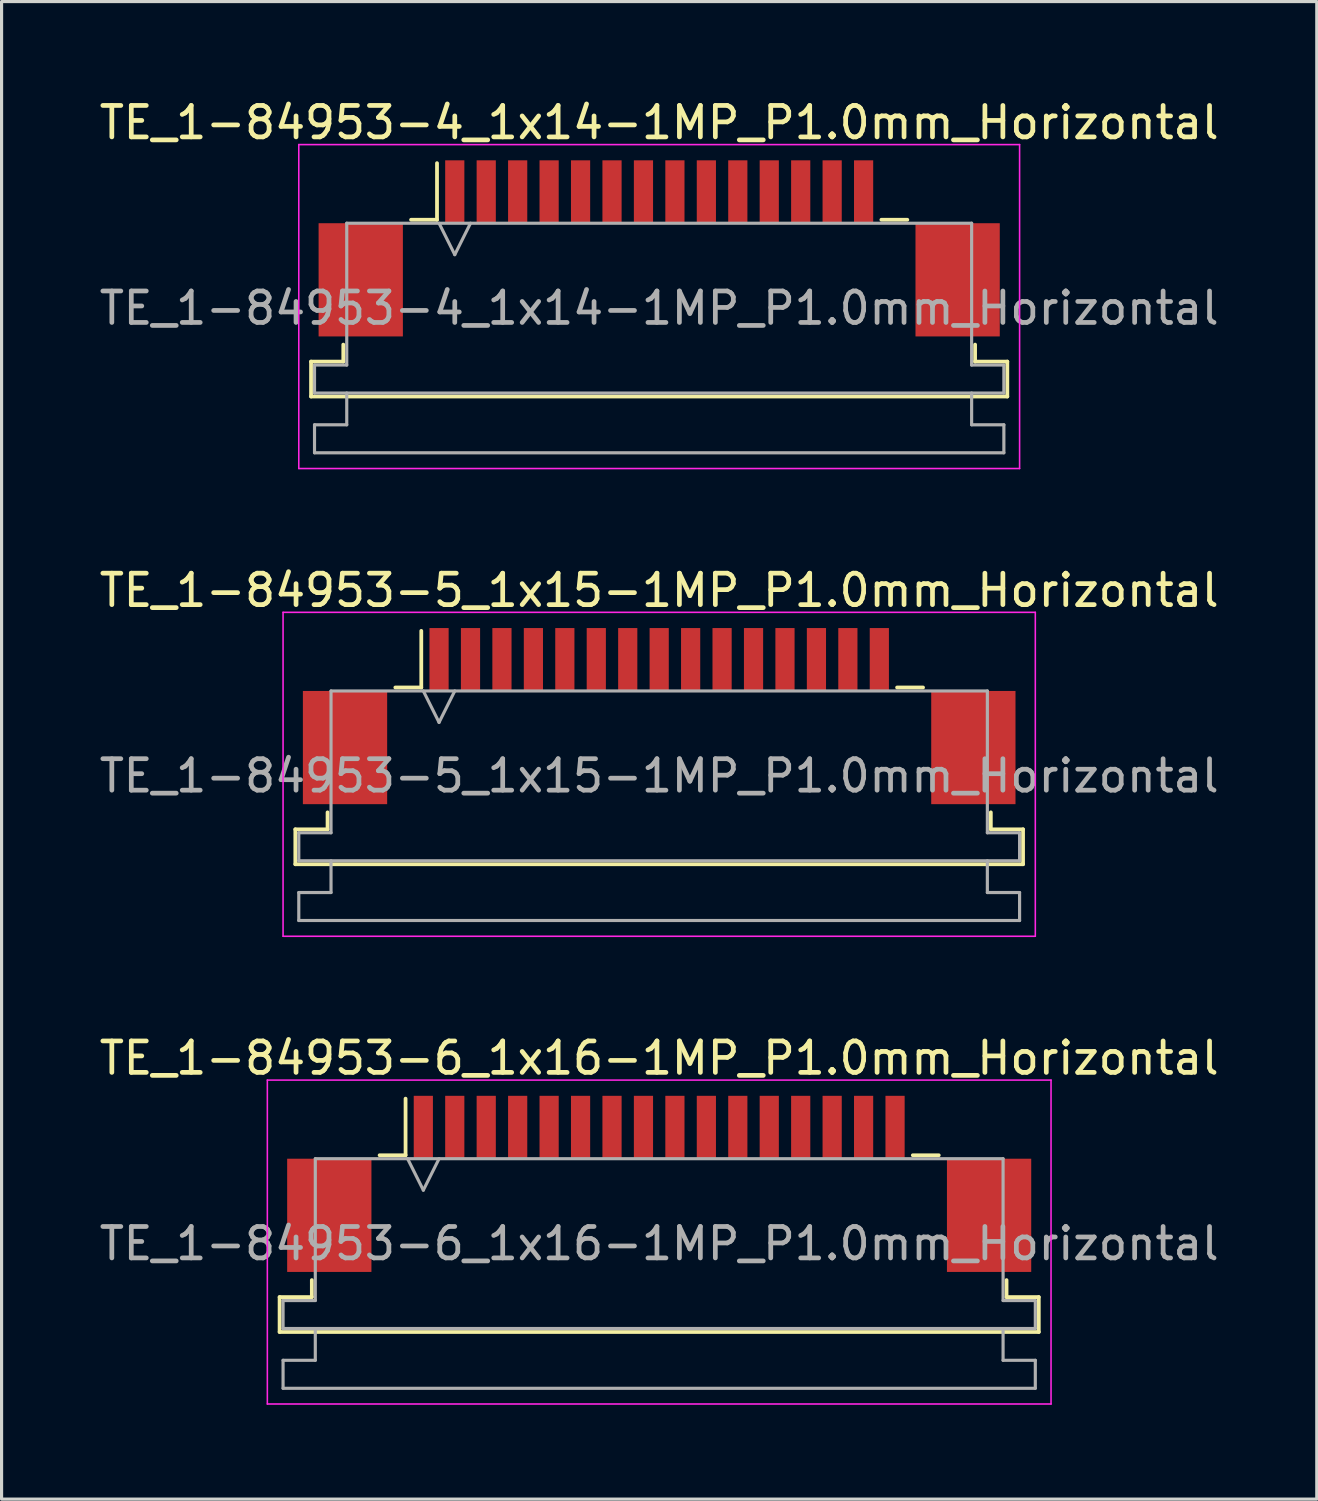
<source format=kicad_pcb>
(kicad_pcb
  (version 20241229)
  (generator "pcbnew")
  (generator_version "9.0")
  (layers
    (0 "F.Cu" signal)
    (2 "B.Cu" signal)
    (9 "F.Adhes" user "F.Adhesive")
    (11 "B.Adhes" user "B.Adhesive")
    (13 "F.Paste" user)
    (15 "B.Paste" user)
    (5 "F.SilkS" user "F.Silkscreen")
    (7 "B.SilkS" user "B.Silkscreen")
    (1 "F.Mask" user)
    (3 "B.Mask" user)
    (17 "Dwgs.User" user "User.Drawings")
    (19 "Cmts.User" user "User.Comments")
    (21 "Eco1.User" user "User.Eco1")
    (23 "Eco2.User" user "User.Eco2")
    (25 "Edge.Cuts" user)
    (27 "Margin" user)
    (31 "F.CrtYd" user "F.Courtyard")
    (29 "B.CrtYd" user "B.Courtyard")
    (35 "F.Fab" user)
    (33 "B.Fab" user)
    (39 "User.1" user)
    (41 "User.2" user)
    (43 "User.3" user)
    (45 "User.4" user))
  (footprint "TE_1-84953-5_1x15-1MP_P1.0mm_Horizontal"
    (layer "F.Cu")
    (at 17.911 19.721)
    (property "Reference" "TE_1-84953-5_1x15-1MP_P1.0mm_Horizontal" (at 0 -4 0) (layer "F.SilkS") (effects (font (size 1 1) (thickness 0.15))))
    (attr smd)
    (fp_line (start -11.57 3.6) (end -10.545 3.6) (stroke (width 0.12) (type solid)) (layer "F.SilkS"))
    (fp_line (start -11.57 4.71) (end -11.57 3.6) (stroke (width 0.12) (type solid)) (layer "F.SilkS"))
    (fp_line (start -10.545 3.6) (end -10.545 3.06) (stroke (width 0.12) (type solid)) (layer "F.SilkS"))
    (fp_line (start -8.39 -0.91) (end -7.565 -0.91) (stroke (width 0.12) (type solid)) (layer "F.SilkS"))
    (fp_line (start -7.565 -0.91) (end -7.565 -2.71) (stroke (width 0.12) (type solid)) (layer "F.SilkS"))
    (fp_line (start 7.565 -0.91) (end 8.39 -0.91) (stroke (width 0.12) (type solid)) (layer "F.SilkS"))
    (fp_line (start 10.545 3.06) (end 10.545 3.6) (stroke (width 0.12) (type solid)) (layer "F.SilkS"))
    (fp_line (start 10.545 3.6) (end 11.57 3.6) (stroke (width 0.12) (type solid)) (layer "F.SilkS"))
    (fp_line (start 11.57 3.6) (end 11.57 4.71) (stroke (width 0.12) (type solid)) (layer "F.SilkS"))
    (fp_line (start 11.57 4.71) (end -11.57 4.71) (stroke (width 0.12) (type solid)) (layer "F.SilkS"))
    (fp_line (start -11.96 -3.3) (end -11.96 7) (stroke (width 0.05) (type solid)) (layer "F.CrtYd"))
    (fp_line (start -11.96 7) (end 11.96 7) (stroke (width 0.05) (type solid)) (layer "F.CrtYd"))
    (fp_line (start 11.96 -3.3) (end -11.96 -3.3) (stroke (width 0.05) (type solid)) (layer "F.CrtYd"))
    (fp_line (start 11.96 7) (end 11.96 -3.3) (stroke (width 0.05) (type solid)) (layer "F.CrtYd"))
    (fp_line (start -11.46 3.71) (end -10.435 3.71) (stroke (width 0.1) (type solid)) (layer "F.Fab"))
    (fp_line (start -11.46 4.6) (end -11.46 3.71) (stroke (width 0.1) (type solid)) (layer "F.Fab"))
    (fp_line (start -11.46 5.61) (end -10.435 5.61) (stroke (width 0.1) (type solid)) (layer "F.Fab"))
    (fp_line (start -11.46 6.5) (end -11.46 5.61) (stroke (width 0.1) (type solid)) (layer "F.Fab"))
    (fp_line (start -10.435 -0.8) (end 10.435 -0.8) (stroke (width 0.1) (type solid)) (layer "F.Fab"))
    (fp_line (start -10.435 3.71) (end -10.435 -0.8) (stroke (width 0.1) (type solid)) (layer "F.Fab"))
    (fp_line (start -10.435 5.61) (end -10.435 4.6) (stroke (width 0.1) (type solid)) (layer "F.Fab"))
    (fp_line (start -7.5 -0.8) (end -7 0.2) (stroke (width 0.1) (type solid)) (layer "F.Fab"))
    (fp_line (start -7 0.2) (end -6.5 -0.8) (stroke (width 0.1) (type solid)) (layer "F.Fab"))
    (fp_line (start 10.435 -0.8) (end 10.435 3.71) (stroke (width 0.1) (type solid)) (layer "F.Fab"))
    (fp_line (start 10.435 3.71) (end 11.46 3.71) (stroke (width 0.1) (type solid)) (layer "F.Fab"))
    (fp_line (start 10.435 4.6) (end 10.435 5.61) (stroke (width 0.1) (type solid)) (layer "F.Fab"))
    (fp_line (start 10.435 5.61) (end 11.46 5.61) (stroke (width 0.1) (type solid)) (layer "F.Fab"))
    (fp_line (start 11.46 3.71) (end 11.46 4.6) (stroke (width 0.1) (type solid)) (layer "F.Fab"))
    (fp_line (start 11.46 4.6) (end -11.46 4.6) (stroke (width 0.1) (type solid)) (layer "F.Fab"))
    (fp_line (start 11.46 5.61) (end 11.46 6.5) (stroke (width 0.1) (type solid)) (layer "F.Fab"))
    (fp_line (start 11.46 6.5) (end -11.46 6.5) (stroke (width 0.1) (type solid)) (layer "F.Fab"))
    (fp_text user "${REFERENCE}" (at 0 1.9 0) (layer "F.Fab") (effects (font (size 1 1) (thickness 0.15))))
    (pad "1" smd rect (at -7 -1.8) (size 0.61 2) (layers "F.Cu" "F.Mask" "F.Paste"))
    (pad "2" smd rect (at -6 -1.8) (size 0.61 2) (layers "F.Cu" "F.Mask" "F.Paste"))
    (pad "3" smd rect (at -5 -1.8) (size 0.61 2) (layers "F.Cu" "F.Mask" "F.Paste"))
    (pad "4" smd rect (at -4 -1.8) (size 0.61 2) (layers "F.Cu" "F.Mask" "F.Paste"))
    (pad "5" smd rect (at -3 -1.8) (size 0.61 2) (layers "F.Cu" "F.Mask" "F.Paste"))
    (pad "6" smd rect (at -2 -1.8) (size 0.61 2) (layers "F.Cu" "F.Mask" "F.Paste"))
    (pad "7" smd rect (at -1 -1.8) (size 0.61 2) (layers "F.Cu" "F.Mask" "F.Paste"))
    (pad "8" smd rect (at 0 -1.8) (size 0.61 2) (layers "F.Cu" "F.Mask" "F.Paste"))
    (pad "9" smd rect (at 1 -1.8) (size 0.61 2) (layers "F.Cu" "F.Mask" "F.Paste"))
    (pad "10" smd rect (at 2 -1.8) (size 0.61 2) (layers "F.Cu" "F.Mask" "F.Paste"))
    (pad "11" smd rect (at 3 -1.8) (size 0.61 2) (layers "F.Cu" "F.Mask" "F.Paste"))
    (pad "12" smd rect (at 4 -1.8) (size 0.61 2) (layers "F.Cu" "F.Mask" "F.Paste"))
    (pad "13" smd rect (at 5 -1.8) (size 0.61 2) (layers "F.Cu" "F.Mask" "F.Paste"))
    (pad "14" smd rect (at 6 -1.8) (size 0.61 2) (layers "F.Cu" "F.Mask" "F.Paste"))
    (pad "15" smd rect (at 7 -1.8) (size 0.61 2) (layers "F.Cu" "F.Mask" "F.Paste"))
    (pad "MP" smd rect (at -9.99 1) (size 2.68 3.6) (layers "F.Cu" "F.Mask" "F.Paste"))
    (pad "MP" smd rect (at 9.99 1) (size 2.68 3.6) (layers "F.Cu" "F.Mask" "F.Paste")))
  (footprint "TE_1-84953-4_1x14-1MP_P1.0mm_Horizontal"
    (layer "F.Cu")
    (at 17.911 4.848)
    (property "Reference" "TE_1-84953-4_1x14-1MP_P1.0mm_Horizontal" (at 0 -4 0) (layer "F.SilkS") (effects (font (size 1 1) (thickness 0.15))))
    (attr smd)
    (fp_line (start -11.07 3.6) (end -10.045 3.6) (stroke (width 0.12) (type solid)) (layer "F.SilkS"))
    (fp_line (start -11.07 4.71) (end -11.07 3.6) (stroke (width 0.12) (type solid)) (layer "F.SilkS"))
    (fp_line (start -10.045 3.6) (end -10.045 3.06) (stroke (width 0.12) (type solid)) (layer "F.SilkS"))
    (fp_line (start -7.89 -0.91) (end -7.065 -0.91) (stroke (width 0.12) (type solid)) (layer "F.SilkS"))
    (fp_line (start -7.065 -0.91) (end -7.065 -2.71) (stroke (width 0.12) (type solid)) (layer "F.SilkS"))
    (fp_line (start 7.065 -0.91) (end 7.89 -0.91) (stroke (width 0.12) (type solid)) (layer "F.SilkS"))
    (fp_line (start 10.045 3.06) (end 10.045 3.6) (stroke (width 0.12) (type solid)) (layer "F.SilkS"))
    (fp_line (start 10.045 3.6) (end 11.07 3.6) (stroke (width 0.12) (type solid)) (layer "F.SilkS"))
    (fp_line (start 11.07 3.6) (end 11.07 4.71) (stroke (width 0.12) (type solid)) (layer "F.SilkS"))
    (fp_line (start 11.07 4.71) (end -11.07 4.71) (stroke (width 0.12) (type solid)) (layer "F.SilkS"))
    (fp_line (start -11.46 -3.3) (end -11.46 7) (stroke (width 0.05) (type solid)) (layer "F.CrtYd"))
    (fp_line (start -11.46 7) (end 11.46 7) (stroke (width 0.05) (type solid)) (layer "F.CrtYd"))
    (fp_line (start 11.46 -3.3) (end -11.46 -3.3) (stroke (width 0.05) (type solid)) (layer "F.CrtYd"))
    (fp_line (start 11.46 7) (end 11.46 -3.3) (stroke (width 0.05) (type solid)) (layer "F.CrtYd"))
    (fp_line (start -10.96 3.71) (end -9.935 3.71) (stroke (width 0.1) (type solid)) (layer "F.Fab"))
    (fp_line (start -10.96 4.6) (end -10.96 3.71) (stroke (width 0.1) (type solid)) (layer "F.Fab"))
    (fp_line (start -10.96 5.61) (end -9.935 5.61) (stroke (width 0.1) (type solid)) (layer "F.Fab"))
    (fp_line (start -10.96 6.5) (end -10.96 5.61) (stroke (width 0.1) (type solid)) (layer "F.Fab"))
    (fp_line (start -9.935 -0.8) (end 9.935 -0.8) (stroke (width 0.1) (type solid)) (layer "F.Fab"))
    (fp_line (start -9.935 3.71) (end -9.935 -0.8) (stroke (width 0.1) (type solid)) (layer "F.Fab"))
    (fp_line (start -9.935 5.61) (end -9.935 4.6) (stroke (width 0.1) (type solid)) (layer "F.Fab"))
    (fp_line (start -7 -0.8) (end -6.5 0.2) (stroke (width 0.1) (type solid)) (layer "F.Fab"))
    (fp_line (start -6.5 0.2) (end -6 -0.8) (stroke (width 0.1) (type solid)) (layer "F.Fab"))
    (fp_line (start 9.935 -0.8) (end 9.935 3.71) (stroke (width 0.1) (type solid)) (layer "F.Fab"))
    (fp_line (start 9.935 3.71) (end 10.96 3.71) (stroke (width 0.1) (type solid)) (layer "F.Fab"))
    (fp_line (start 9.935 4.6) (end 9.935 5.61) (stroke (width 0.1) (type solid)) (layer "F.Fab"))
    (fp_line (start 9.935 5.61) (end 10.96 5.61) (stroke (width 0.1) (type solid)) (layer "F.Fab"))
    (fp_line (start 10.96 3.71) (end 10.96 4.6) (stroke (width 0.1) (type solid)) (layer "F.Fab"))
    (fp_line (start 10.96 4.6) (end -10.96 4.6) (stroke (width 0.1) (type solid)) (layer "F.Fab"))
    (fp_line (start 10.96 5.61) (end 10.96 6.5) (stroke (width 0.1) (type solid)) (layer "F.Fab"))
    (fp_line (start 10.96 6.5) (end -10.96 6.5) (stroke (width 0.1) (type solid)) (layer "F.Fab"))
    (fp_text user "${REFERENCE}" (at 0 1.9 0) (layer "F.Fab") (effects (font (size 1 1) (thickness 0.15))))
    (pad "1" smd rect (at -6.5 -1.8) (size 0.61 2) (layers "F.Cu" "F.Mask" "F.Paste"))
    (pad "2" smd rect (at -5.5 -1.8) (size 0.61 2) (layers "F.Cu" "F.Mask" "F.Paste"))
    (pad "3" smd rect (at -4.5 -1.8) (size 0.61 2) (layers "F.Cu" "F.Mask" "F.Paste"))
    (pad "4" smd rect (at -3.5 -1.8) (size 0.61 2) (layers "F.Cu" "F.Mask" "F.Paste"))
    (pad "5" smd rect (at -2.5 -1.8) (size 0.61 2) (layers "F.Cu" "F.Mask" "F.Paste"))
    (pad "6" smd rect (at -1.5 -1.8) (size 0.61 2) (layers "F.Cu" "F.Mask" "F.Paste"))
    (pad "7" smd rect (at -0.5 -1.8) (size 0.61 2) (layers "F.Cu" "F.Mask" "F.Paste"))
    (pad "8" smd rect (at 0.5 -1.8) (size 0.61 2) (layers "F.Cu" "F.Mask" "F.Paste"))
    (pad "9" smd rect (at 1.5 -1.8) (size 0.61 2) (layers "F.Cu" "F.Mask" "F.Paste"))
    (pad "10" smd rect (at 2.5 -1.8) (size 0.61 2) (layers "F.Cu" "F.Mask" "F.Paste"))
    (pad "11" smd rect (at 3.5 -1.8) (size 0.61 2) (layers "F.Cu" "F.Mask" "F.Paste"))
    (pad "12" smd rect (at 4.5 -1.8) (size 0.61 2) (layers "F.Cu" "F.Mask" "F.Paste"))
    (pad "13" smd rect (at 5.5 -1.8) (size 0.61 2) (layers "F.Cu" "F.Mask" "F.Paste"))
    (pad "14" smd rect (at 6.5 -1.8) (size 0.61 2) (layers "F.Cu" "F.Mask" "F.Paste"))
    (pad "MP" smd rect (at -9.49 1) (size 2.68 3.6) (layers "F.Cu" "F.Mask" "F.Paste"))
    (pad "MP" smd rect (at 9.49 1) (size 2.68 3.6) (layers "F.Cu" "F.Mask" "F.Paste")))
  (footprint "TE_1-84953-6_1x16-1MP_P1.0mm_Horizontal"
    (layer "F.Cu")
    (at 17.911 34.595)
    (property "Reference" "TE_1-84953-6_1x16-1MP_P1.0mm_Horizontal" (at 0 -4 0) (layer "F.SilkS") (effects (font (size 1 1) (thickness 0.15))))
    (attr smd)
    (fp_line (start -12.07 3.6) (end -11.045 3.6) (stroke (width 0.12) (type solid)) (layer "F.SilkS"))
    (fp_line (start -12.07 4.71) (end -12.07 3.6) (stroke (width 0.12) (type solid)) (layer "F.SilkS"))
    (fp_line (start -11.045 3.6) (end -11.045 3.06) (stroke (width 0.12) (type solid)) (layer "F.SilkS"))
    (fp_line (start -8.89 -0.91) (end -8.065 -0.91) (stroke (width 0.12) (type solid)) (layer "F.SilkS"))
    (fp_line (start -8.065 -0.91) (end -8.065 -2.71) (stroke (width 0.12) (type solid)) (layer "F.SilkS"))
    (fp_line (start 8.065 -0.91) (end 8.89 -0.91) (stroke (width 0.12) (type solid)) (layer "F.SilkS"))
    (fp_line (start 11.045 3.06) (end 11.045 3.6) (stroke (width 0.12) (type solid)) (layer "F.SilkS"))
    (fp_line (start 11.045 3.6) (end 12.07 3.6) (stroke (width 0.12) (type solid)) (layer "F.SilkS"))
    (fp_line (start 12.07 3.6) (end 12.07 4.71) (stroke (width 0.12) (type solid)) (layer "F.SilkS"))
    (fp_line (start 12.07 4.71) (end -12.07 4.71) (stroke (width 0.12) (type solid)) (layer "F.SilkS"))
    (fp_line (start -12.46 -3.3) (end -12.46 7) (stroke (width 0.05) (type solid)) (layer "F.CrtYd"))
    (fp_line (start -12.46 7) (end 12.46 7) (stroke (width 0.05) (type solid)) (layer "F.CrtYd"))
    (fp_line (start 12.46 -3.3) (end -12.46 -3.3) (stroke (width 0.05) (type solid)) (layer "F.CrtYd"))
    (fp_line (start 12.46 7) (end 12.46 -3.3) (stroke (width 0.05) (type solid)) (layer "F.CrtYd"))
    (fp_line (start -11.96 3.71) (end -10.935 3.71) (stroke (width 0.1) (type solid)) (layer "F.Fab"))
    (fp_line (start -11.96 4.6) (end -11.96 3.71) (stroke (width 0.1) (type solid)) (layer "F.Fab"))
    (fp_line (start -11.96 5.61) (end -10.935 5.61) (stroke (width 0.1) (type solid)) (layer "F.Fab"))
    (fp_line (start -11.96 6.5) (end -11.96 5.61) (stroke (width 0.1) (type solid)) (layer "F.Fab"))
    (fp_line (start -10.935 -0.8) (end 10.935 -0.8) (stroke (width 0.1) (type solid)) (layer "F.Fab"))
    (fp_line (start -10.935 3.71) (end -10.935 -0.8) (stroke (width 0.1) (type solid)) (layer "F.Fab"))
    (fp_line (start -10.935 5.61) (end -10.935 4.6) (stroke (width 0.1) (type solid)) (layer "F.Fab"))
    (fp_line (start -8 -0.8) (end -7.5 0.2) (stroke (width 0.1) (type solid)) (layer "F.Fab"))
    (fp_line (start -7.5 0.2) (end -7 -0.8) (stroke (width 0.1) (type solid)) (layer "F.Fab"))
    (fp_line (start 10.935 -0.8) (end 10.935 3.71) (stroke (width 0.1) (type solid)) (layer "F.Fab"))
    (fp_line (start 10.935 3.71) (end 11.96 3.71) (stroke (width 0.1) (type solid)) (layer "F.Fab"))
    (fp_line (start 10.935 4.6) (end 10.935 5.61) (stroke (width 0.1) (type solid)) (layer "F.Fab"))
    (fp_line (start 10.935 5.61) (end 11.96 5.61) (stroke (width 0.1) (type solid)) (layer "F.Fab"))
    (fp_line (start 11.96 3.71) (end 11.96 4.6) (stroke (width 0.1) (type solid)) (layer "F.Fab"))
    (fp_line (start 11.96 4.6) (end -11.96 4.6) (stroke (width 0.1) (type solid)) (layer "F.Fab"))
    (fp_line (start 11.96 5.61) (end 11.96 6.5) (stroke (width 0.1) (type solid)) (layer "F.Fab"))
    (fp_line (start 11.96 6.5) (end -11.96 6.5) (stroke (width 0.1) (type solid)) (layer "F.Fab"))
    (fp_text user "${REFERENCE}" (at 0 1.9 0) (layer "F.Fab") (effects (font (size 1 1) (thickness 0.15))))
    (pad "1" smd rect (at -7.5 -1.8) (size 0.61 2) (layers "F.Cu" "F.Mask" "F.Paste"))
    (pad "2" smd rect (at -6.5 -1.8) (size 0.61 2) (layers "F.Cu" "F.Mask" "F.Paste"))
    (pad "3" smd rect (at -5.5 -1.8) (size 0.61 2) (layers "F.Cu" "F.Mask" "F.Paste"))
    (pad "4" smd rect (at -4.5 -1.8) (size 0.61 2) (layers "F.Cu" "F.Mask" "F.Paste"))
    (pad "5" smd rect (at -3.5 -1.8) (size 0.61 2) (layers "F.Cu" "F.Mask" "F.Paste"))
    (pad "6" smd rect (at -2.5 -1.8) (size 0.61 2) (layers "F.Cu" "F.Mask" "F.Paste"))
    (pad "7" smd rect (at -1.5 -1.8) (size 0.61 2) (layers "F.Cu" "F.Mask" "F.Paste"))
    (pad "8" smd rect (at -0.5 -1.8) (size 0.61 2) (layers "F.Cu" "F.Mask" "F.Paste"))
    (pad "9" smd rect (at 0.5 -1.8) (size 0.61 2) (layers "F.Cu" "F.Mask" "F.Paste"))
    (pad "10" smd rect (at 1.5 -1.8) (size 0.61 2) (layers "F.Cu" "F.Mask" "F.Paste"))
    (pad "11" smd rect (at 2.5 -1.8) (size 0.61 2) (layers "F.Cu" "F.Mask" "F.Paste"))
    (pad "12" smd rect (at 3.5 -1.8) (size 0.61 2) (layers "F.Cu" "F.Mask" "F.Paste"))
    (pad "13" smd rect (at 4.5 -1.8) (size 0.61 2) (layers "F.Cu" "F.Mask" "F.Paste"))
    (pad "14" smd rect (at 5.5 -1.8) (size 0.61 2) (layers "F.Cu" "F.Mask" "F.Paste"))
    (pad "15" smd rect (at 6.5 -1.8) (size 0.61 2) (layers "F.Cu" "F.Mask" "F.Paste"))
    (pad "16" smd rect (at 7.5 -1.8) (size 0.61 2) (layers "F.Cu" "F.Mask" "F.Paste"))
    (pad "MP" smd rect (at -10.49 1) (size 2.68 3.6) (layers "F.Cu" "F.Mask" "F.Paste"))
    (pad "MP" smd rect (at 10.49 1) (size 2.68 3.6) (layers "F.Cu" "F.Mask" "F.Paste")))
  (gr_rect
    (start -3 -3)
    (end 38.821 44.62)
    (stroke (width 0.1) (type default))
    (fill no)
    (layer "Edge.Cuts")))
</source>
